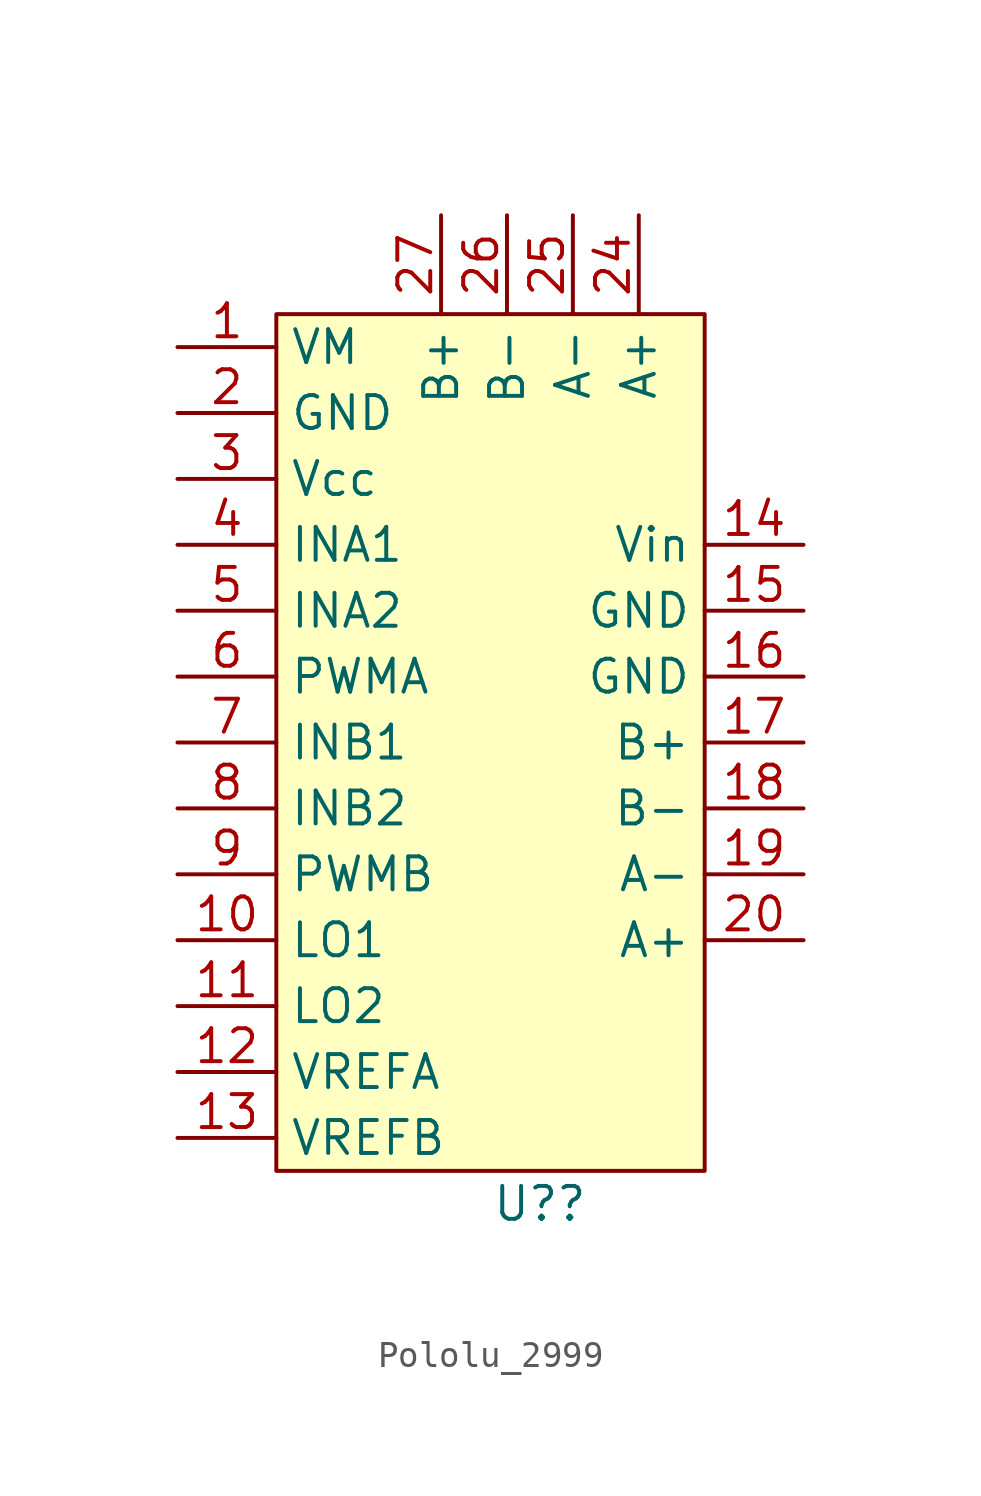
<source format=kicad_sym>
(kicad_symbol_lib
  (version 20220914)
  (generator kicad_symbol_editor)
  (symbol "Pololu_2999"
    (property "Reference" "U?"
      (at 5.08 -20.32 0)
      (effects (font (size 1.27 1.27))))
    (property "Value" ""
      (at 0 0 0)
      (effects (font (size 1.27 1.27))))
    (symbol "Pololu_2999_1_1"
      (rectangle (start -5.08 13.97) (end 11.43 -19.05) (stroke (width 0) (type default)) (fill (type background)))
      (pin input line (at -8.89 12.7 0) (length 3.81) (name "VM" (effects (font (size 1.27 1.27)))) (number "1" (effects (font (size 1.27 1.27)))))
      (pin bidirectional line (at -8.89 -10.16 0) (length 3.81) (name "LO1" (effects (font (size 1.27 1.27)))) (number "10" (effects (font (size 1.27 1.27)))))
      (pin bidirectional line (at -8.89 -12.7 0) (length 3.81) (name "LO2" (effects (font (size 1.27 1.27)))) (number "11" (effects (font (size 1.27 1.27)))))
      (pin bidirectional line (at -8.89 -15.24 0) (length 3.81) (name "VREFA" (effects (font (size 1.27 1.27)))) (number "12" (effects (font (size 1.27 1.27)))))
      (pin bidirectional line (at -8.89 -17.78 0) (length 3.81) (name "VREFB" (effects (font (size 1.27 1.27)))) (number "13" (effects (font (size 1.27 1.27)))))
      (pin bidirectional line (at 15.24 5.08 180) (length 3.81) (name "Vin" (effects (font (size 1.27 1.27)))) (number "14" (effects (font (size 1.27 1.27)))))
      (pin bidirectional line (at 15.24 2.54 180) (length 3.81) (name "GND" (effects (font (size 1.27 1.27)))) (number "15" (effects (font (size 1.27 1.27)))))
      (pin bidirectional line (at 15.24 0 180) (length 3.81) (name "GND" (effects (font (size 1.27 1.27)))) (number "16" (effects (font (size 1.27 1.27)))))
      (pin bidirectional line (at 15.24 -2.54 180) (length 3.81) (name "B+" (effects (font (size 1.27 1.27)))) (number "17" (effects (font (size 1.27 1.27)))))
      (pin bidirectional line (at 15.24 -5.08 180) (length 3.81) (name "B-" (effects (font (size 1.27 1.27)))) (number "18" (effects (font (size 1.27 1.27)))))
      (pin bidirectional line (at 15.24 -7.62 180) (length 3.81) (name "A-" (effects (font (size 1.27 1.27)))) (number "19" (effects (font (size 1.27 1.27)))))
      (pin bidirectional line (at -8.89 10.16 0) (length 3.81) (name "GND" (effects (font (size 1.27 1.27)))) (number "2" (effects (font (size 1.27 1.27)))))
      (pin bidirectional line (at 15.24 -10.16 180) (length 3.81) (name "A+" (effects (font (size 1.27 1.27)))) (number "20" (effects (font (size 1.27 1.27)))))
      (pin bidirectional line (at 8.89 17.78 270) (length 3.81) (name "A+" (effects (font (size 1.27 1.27)))) (number "24" (effects (font (size 1.27 1.27)))))
      (pin bidirectional line (at 6.35 17.78 270) (length 3.81) (name "A-" (effects (font (size 1.27 1.27)))) (number "25" (effects (font (size 1.27 1.27)))))
      (pin bidirectional line (at 3.81 17.78 270) (length 3.81) (name "B-" (effects (font (size 1.27 1.27)))) (number "26" (effects (font (size 1.27 1.27)))))
      (pin bidirectional line (at 1.27 17.78 270) (length 3.81) (name "B+" (effects (font (size 1.27 1.27)))) (number "27" (effects (font (size 1.27 1.27)))))
      (pin bidirectional line (at -8.89 7.62 0) (length 3.81) (name "Vcc" (effects (font (size 1.27 1.27)))) (number "3" (effects (font (size 1.27 1.27)))))
      (pin bidirectional line (at -8.89 5.08 0) (length 3.81) (name "INA1" (effects (font (size 1.27 1.27)))) (number "4" (effects (font (size 1.27 1.27)))))
      (pin bidirectional line (at -8.89 2.54 0) (length 3.81) (name "INA2" (effects (font (size 1.27 1.27)))) (number "5" (effects (font (size 1.27 1.27)))))
      (pin bidirectional line (at -8.89 0 0) (length 3.81) (name "PWMA" (effects (font (size 1.27 1.27)))) (number "6" (effects (font (size 1.27 1.27)))))
      (pin bidirectional line (at -8.89 -2.54 0) (length 3.81) (name "INB1" (effects (font (size 1.27 1.27)))) (number "7" (effects (font (size 1.27 1.27)))))
      (pin bidirectional line (at -8.89 -5.08 0) (length 3.81) (name "INB2" (effects (font (size 1.27 1.27)))) (number "8" (effects (font (size 1.27 1.27)))))
      (pin bidirectional line (at -8.89 -7.62 0) (length 3.81) (name "PWMB" (effects (font (size 1.27 1.27)))) (number "9" (effects (font (size 1.27 1.27))))))))
</source>
